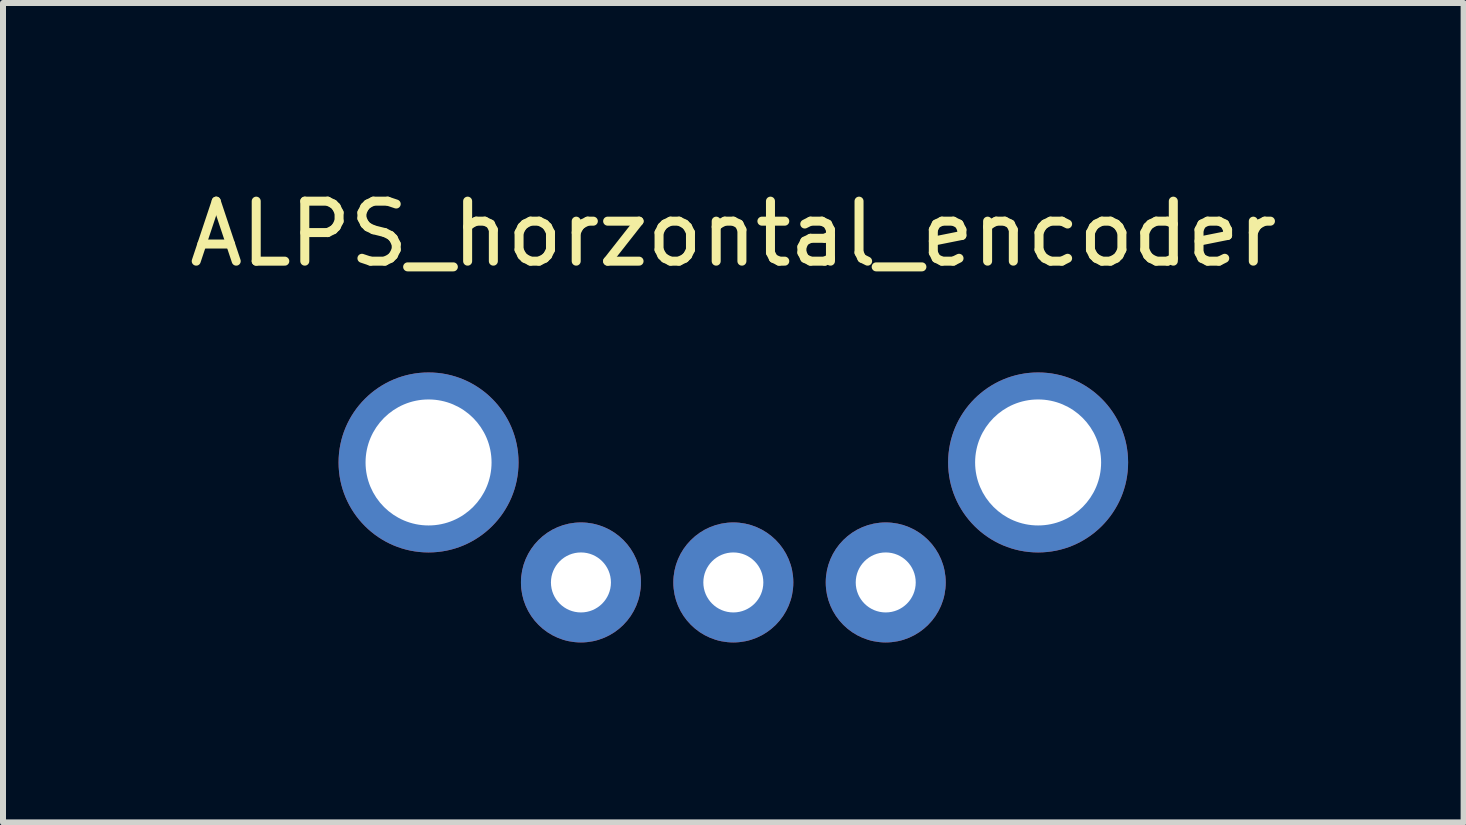
<source format=kicad_pcb>
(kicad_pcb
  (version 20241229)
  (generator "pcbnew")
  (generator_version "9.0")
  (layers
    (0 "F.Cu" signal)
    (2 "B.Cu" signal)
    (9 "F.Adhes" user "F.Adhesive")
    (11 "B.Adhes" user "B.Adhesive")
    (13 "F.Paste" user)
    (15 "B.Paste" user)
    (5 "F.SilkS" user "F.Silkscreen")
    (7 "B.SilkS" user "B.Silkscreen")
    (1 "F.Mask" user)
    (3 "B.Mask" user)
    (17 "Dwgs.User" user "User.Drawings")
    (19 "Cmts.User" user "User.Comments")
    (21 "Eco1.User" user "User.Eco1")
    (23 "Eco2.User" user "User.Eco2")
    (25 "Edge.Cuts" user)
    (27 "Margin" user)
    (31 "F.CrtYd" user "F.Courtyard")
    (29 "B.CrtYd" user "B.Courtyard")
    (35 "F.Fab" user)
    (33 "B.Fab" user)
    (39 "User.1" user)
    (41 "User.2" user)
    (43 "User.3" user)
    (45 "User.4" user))
  (footprint "ALPS_horzontal_encoder"
    (layer "F.Cu")
    (at 9.173 4.658)
    (property "Reference" "ALPS_horzontal_encoder" (at 0 -3.81 0) (layer "F.SilkS") (effects (font (size 1 1) (thickness 0.15))))
    (attr through_hole)
    (pad "1" thru_hole circle (at -2.54 2) (size 2 2) (drill 1) (layers "*.Cu" "*.Mask"))
    (pad "2" thru_hole circle (at 0 2) (size 2 2) (drill 1) (layers "*.Cu" "*.Mask"))
    (pad "3" thru_hole circle (at 2.54 2) (size 2 2) (drill 1) (layers "*.Cu" "*.Mask"))
    (pad "4" thru_hole circle (at 5.08 0) (size 3 3) (drill 2.1) (layers "*.Cu" "*.Mask"))
    (pad "5" thru_hole circle (at -5.08 0) (size 3 3) (drill 2.1) (layers "*.Cu" "*.Mask")))
  (gr_rect
    (start -3 -3)
    (end 21.345 10.658)
    (stroke (width 0.1) (type default))
    (fill no)
    (layer "Edge.Cuts")))
</source>
